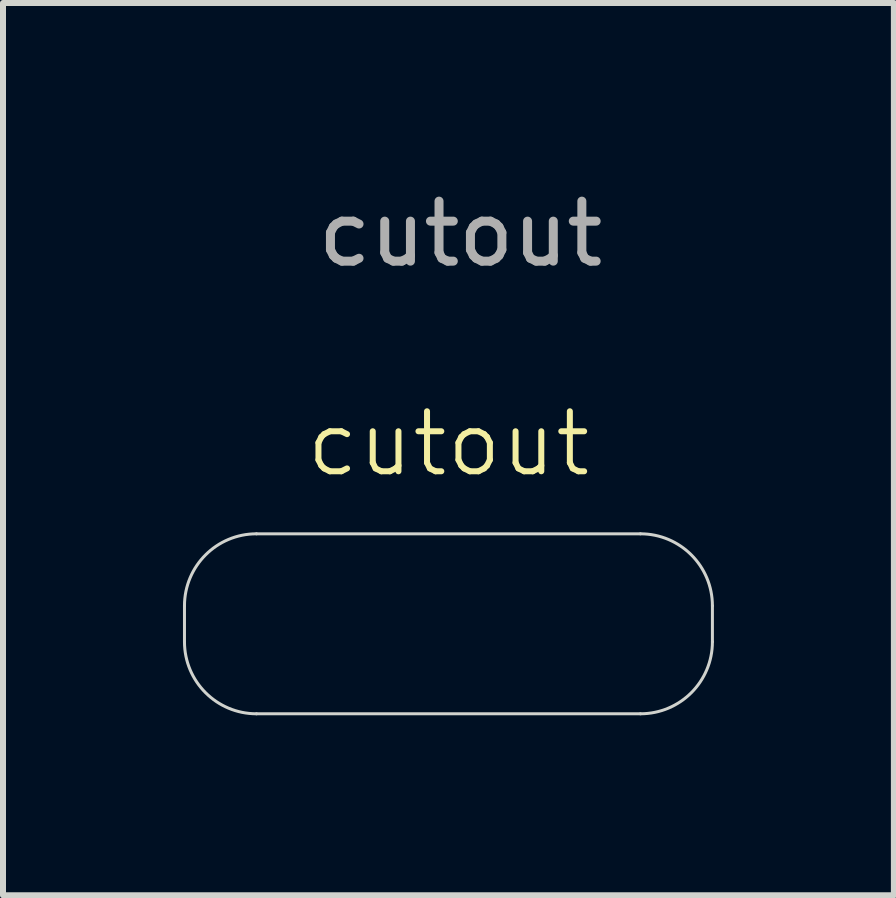
<source format=kicad_pcb>
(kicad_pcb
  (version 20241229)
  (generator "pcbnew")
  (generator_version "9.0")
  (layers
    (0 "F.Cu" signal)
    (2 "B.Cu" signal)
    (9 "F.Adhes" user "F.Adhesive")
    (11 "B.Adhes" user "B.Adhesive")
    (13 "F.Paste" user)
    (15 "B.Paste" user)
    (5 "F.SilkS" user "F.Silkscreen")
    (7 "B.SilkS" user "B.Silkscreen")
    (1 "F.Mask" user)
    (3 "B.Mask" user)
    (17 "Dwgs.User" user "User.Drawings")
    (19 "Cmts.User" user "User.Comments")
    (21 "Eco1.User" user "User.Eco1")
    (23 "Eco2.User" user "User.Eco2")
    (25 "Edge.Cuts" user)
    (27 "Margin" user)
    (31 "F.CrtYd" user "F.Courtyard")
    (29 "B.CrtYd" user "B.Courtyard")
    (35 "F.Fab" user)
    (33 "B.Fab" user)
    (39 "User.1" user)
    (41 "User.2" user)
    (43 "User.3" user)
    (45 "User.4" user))
  (footprint "cutout"
    (layer "F.Cu")
    (at 4.425 7.348)
    (property "Reference" "cutout" (at 0 -3 0) (unlocked yes) (layer "F.SilkS") (effects (font (size 1 1) (thickness 0.1))))
    (attr smd)
    (fp_line (start -4.4 -0.3) (end -4.4 0.3) (stroke (width 0.05) (type default)) (layer "Edge.Cuts"))
    (fp_line (start -3.2 -1.5) (end 3.2 -1.5) (stroke (width 0.05) (type default)) (layer "Edge.Cuts"))
    (fp_line (start -3.2 1.5) (end 3.2 1.5) (stroke (width 0.05) (type default)) (layer "Edge.Cuts"))
    (fp_line (start 4.4 -0.3) (end 4.4 0.3) (stroke (width 0.05) (type default)) (layer "Edge.Cuts"))
    (fp_arc (start -4.4 -0.3) (mid -4.048528 -1.148528) (end -3.2 -1.5) (stroke (width 0.05) (type default)) (layer "Edge.Cuts"))
    (fp_arc (start -3.2 1.5) (mid -4.048528 1.148528) (end -4.4 0.3) (stroke (width 0.05) (type default)) (layer "Edge.Cuts"))
    (fp_arc (start 3.2 -1.5) (mid 4.048528 -1.148528) (end 4.4 -0.3) (stroke (width 0.05) (type default)) (layer "Edge.Cuts"))
    (fp_arc (start 4.4 0.3) (mid 4.048528 1.148528) (end 3.2 1.5) (stroke (width 0.05) (type default)) (layer "Edge.Cuts"))
    (fp_text user "${REFERENCE}" (at 0.2 -6.5 0) (unlocked yes) (layer "F.Fab") (effects (font (size 1 1) (thickness 0.15)))))
  (gr_rect
    (start -3 -3)
    (end 11.85 11.873)
    (stroke (width 0.1) (type default))
    (fill no)
    (layer "Edge.Cuts")))
</source>
